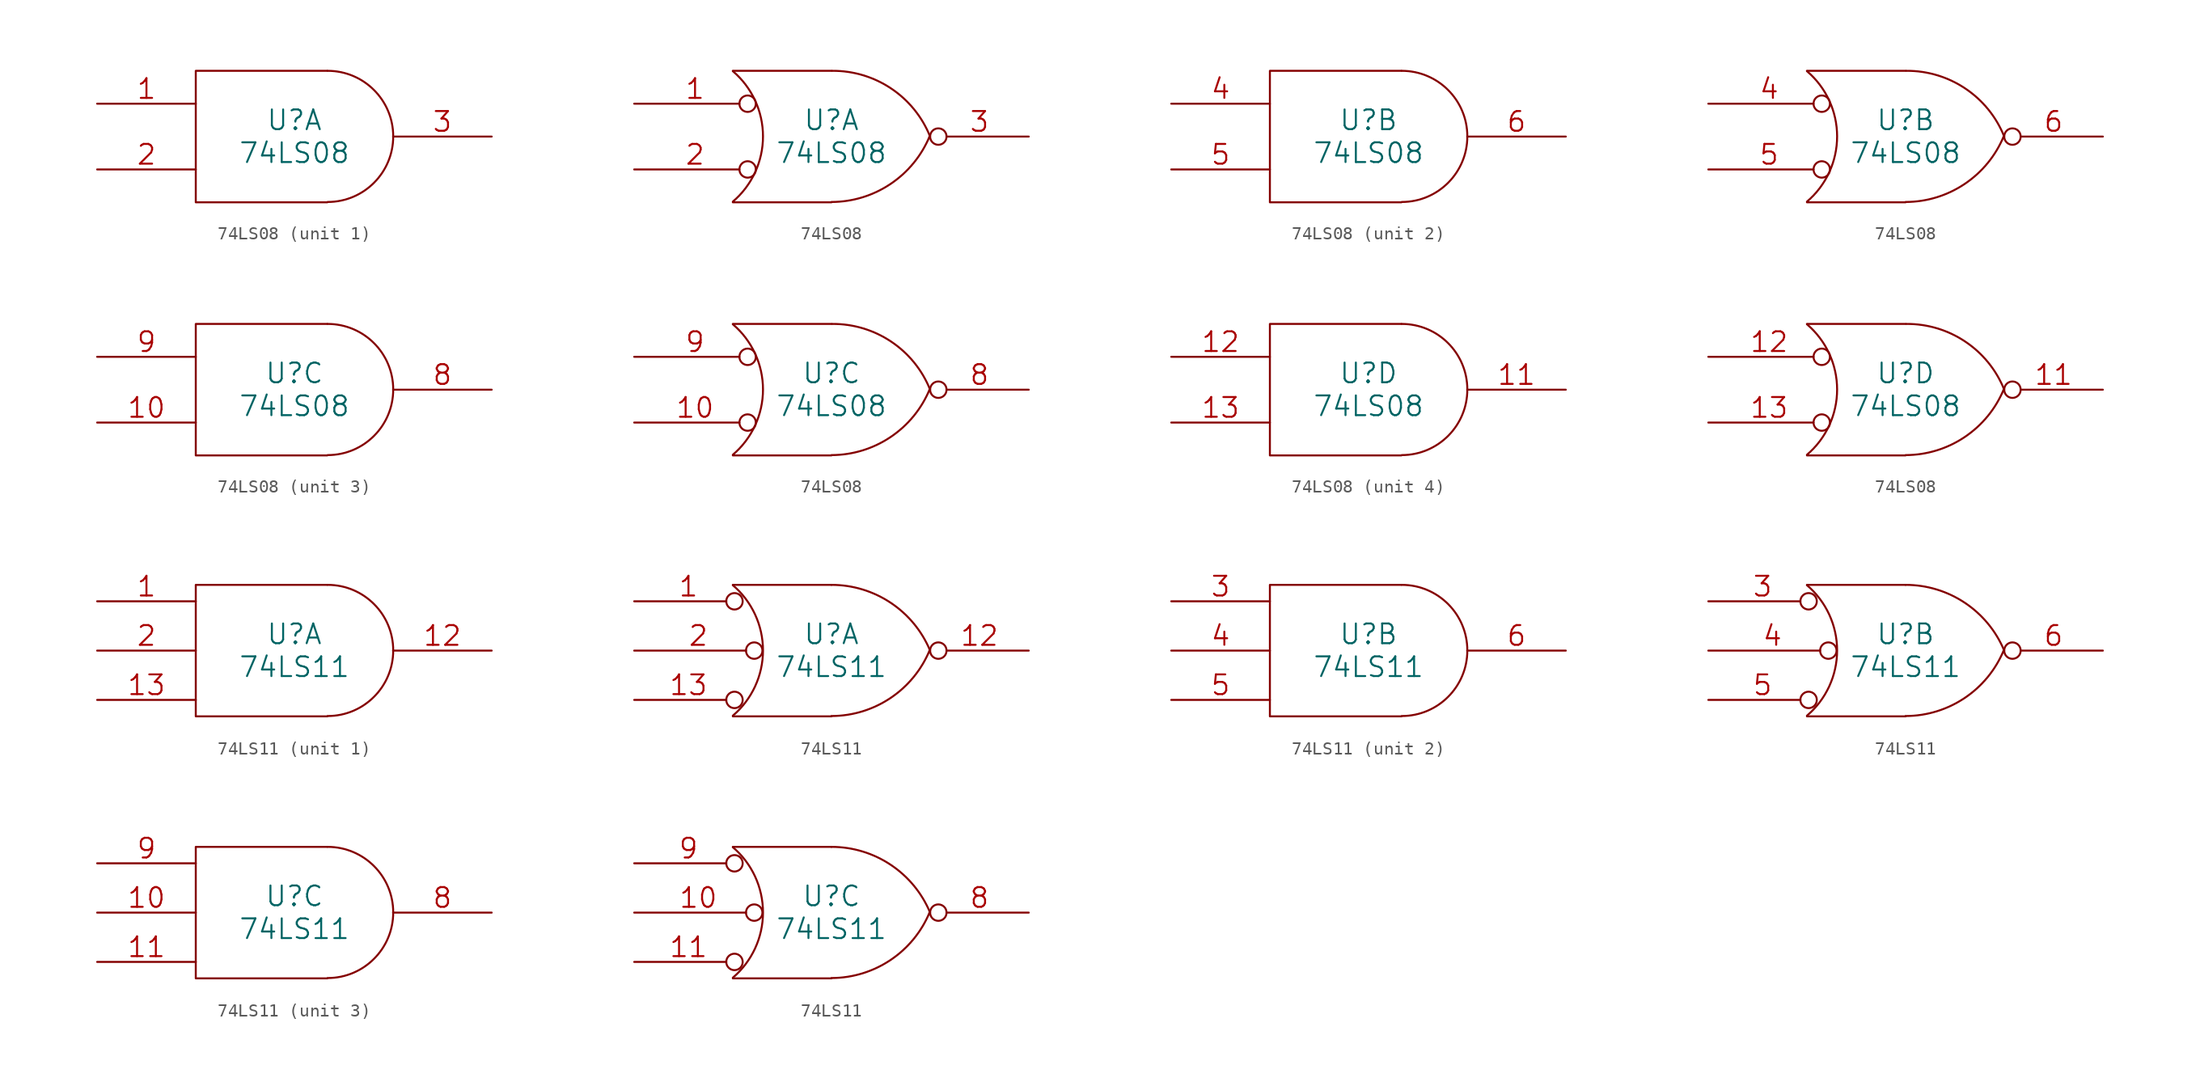
<source format=kicad_sym>
(kicad_symbol_lib
  (version 20241209)
  (generator "kicad_symbol_editor")
  (generator_version "9.0")
  (symbol "74LS08"
    (pin_names
      (offset 0.762))
    (property "Reference" "U"
      (at 0 1.27 0)
      (effects (font (size 1.524 1.524))))
    (property "Value" "74LS08"
      (at 0 -1.27 0)
      (effects (font (size 1.524 1.524))))
    (property "Footprint" ""
      (at 0 0 0)
      (effects (font (size 1.524 1.524))))
    (property "Datasheet" ""
      (at 0 0 0)
      (effects (font (size 1.524 1.524))))
    (symbol "74LS08_0_0"
      (pin power_in line (at -5.08 5.08 90) (length 0) (hide yes) (name "VCC" (effects (font (size 1.016 1.016)))) (number "14" (effects (font (size 1.016 1.016)))))
      (pin power_in line (at -5.08 -5.08 90) (length 0) (hide yes) (name "GND" (effects (font (size 1.016 1.016)))) (number "7" (effects (font (size 1.016 1.016))))))
    (symbol "74LS08_0_1"
      (polyline (pts (xy 2.54 5.08) (xy -7.62 5.08) (xy -7.62 -5.08) (xy 2.54 -5.08)) (stroke (width 0) (type solid)) (fill (type none)))
      (arc (start 2.5654 5.08) (mid 7.6201 0.0001) (end 2.5654 -5.0546) (stroke (width 0) (type solid)) (fill (type none))))
    (symbol "74LS08_0_2"
      (arc (start -7.62 5.0546) (mid -5.2901 0.0083) (end -7.62 -5.0292) (stroke (width 0) (type solid)) (fill (type none)))
      (polyline (pts (xy -7.62 5.08) (xy 0 5.08)) (stroke (width 0) (type solid)) (fill (type none)))
      (polyline (pts (xy -7.62 -5.08) (xy 0 -5.08)) (stroke (width 0) (type solid)) (fill (type none)))
      (arc (start 7.5946 0.0508) (mid 4.5708 -3.6562) (end 0 -5.0546) (stroke (width 0) (type solid)) (fill (type none)))
      (arc (start 0.0508 5.08) (mid 4.6217 3.7074) (end 7.62 0) (stroke (width 0) (type solid)) (fill (type none))))
    (symbol "74LS08_1_1"
      (pin input line (at -15.24 2.54 0) (length 7.62) (name "~" (effects (font (size 1.524 1.524)))) (number "1" (effects (font (size 1.524 1.524)))))
      (pin input line (at -15.24 -2.54 0) (length 7.62) (name "~" (effects (font (size 1.524 1.524)))) (number "2" (effects (font (size 1.524 1.524)))))
      (pin output line (at 15.24 0 180) (length 7.62) (name "~" (effects (font (size 1.524 1.524)))) (number "3" (effects (font (size 1.524 1.524))))))
    (symbol "74LS08_1_2"
      (pin input inverted (at -15.24 2.54 0) (length 9.398) (name "~" (effects (font (size 1.524 1.524)))) (number "1" (effects (font (size 1.524 1.524)))))
      (pin input inverted (at -15.24 -2.54 0) (length 9.398) (name "~" (effects (font (size 1.524 1.524)))) (number "2" (effects (font (size 1.524 1.524)))))
      (pin output inverted (at 15.24 0 180) (length 7.62) (name "~" (effects (font (size 1.524 1.524)))) (number "3" (effects (font (size 1.524 1.524))))))
    (symbol "74LS08_2_1"
      (pin input line (at -15.24 2.54 0) (length 7.62) (name "~" (effects (font (size 1.524 1.524)))) (number "4" (effects (font (size 1.524 1.524)))))
      (pin input line (at -15.24 -2.54 0) (length 7.62) (name "~" (effects (font (size 1.524 1.524)))) (number "5" (effects (font (size 1.524 1.524)))))
      (pin output line (at 15.24 0 180) (length 7.62) (name "~" (effects (font (size 1.524 1.524)))) (number "6" (effects (font (size 1.524 1.524))))))
    (symbol "74LS08_2_2"
      (pin input inverted (at -15.24 2.54 0) (length 9.398) (name "~" (effects (font (size 1.524 1.524)))) (number "4" (effects (font (size 1.524 1.524)))))
      (pin input inverted (at -15.24 -2.54 0) (length 9.398) (name "~" (effects (font (size 1.524 1.524)))) (number "5" (effects (font (size 1.524 1.524)))))
      (pin output inverted (at 15.24 0 180) (length 7.62) (name "~" (effects (font (size 1.524 1.524)))) (number "6" (effects (font (size 1.524 1.524))))))
    (symbol "74LS08_3_1"
      (pin input line (at -15.24 2.54 0) (length 7.62) (name "~" (effects (font (size 1.524 1.524)))) (number "9" (effects (font (size 1.524 1.524)))))
      (pin input line (at -15.24 -2.54 0) (length 7.62) (name "~" (effects (font (size 1.524 1.524)))) (number "10" (effects (font (size 1.524 1.524)))))
      (pin output line (at 15.24 0 180) (length 7.62) (name "~" (effects (font (size 1.524 1.524)))) (number "8" (effects (font (size 1.524 1.524))))))
    (symbol "74LS08_3_2"
      (pin input inverted (at -15.24 2.54 0) (length 9.398) (name "~" (effects (font (size 1.524 1.524)))) (number "9" (effects (font (size 1.524 1.524)))))
      (pin input inverted (at -15.24 -2.54 0) (length 9.398) (name "~" (effects (font (size 1.524 1.524)))) (number "10" (effects (font (size 1.524 1.524)))))
      (pin output inverted (at 15.24 0 180) (length 7.62) (name "~" (effects (font (size 1.524 1.524)))) (number "8" (effects (font (size 1.524 1.524))))))
    (symbol "74LS08_4_1"
      (pin input line (at -15.24 2.54 0) (length 7.62) (name "~" (effects (font (size 1.524 1.524)))) (number "12" (effects (font (size 1.524 1.524)))))
      (pin input line (at -15.24 -2.54 0) (length 7.62) (name "~" (effects (font (size 1.524 1.524)))) (number "13" (effects (font (size 1.524 1.524)))))
      (pin output line (at 15.24 0 180) (length 7.62) (name "~" (effects (font (size 1.524 1.524)))) (number "11" (effects (font (size 1.524 1.524))))))
    (symbol "74LS08_4_2"
      (pin input inverted (at -15.24 2.54 0) (length 9.398) (name "~" (effects (font (size 1.524 1.524)))) (number "12" (effects (font (size 1.524 1.524)))))
      (pin input inverted (at -15.24 -2.54 0) (length 9.398) (name "~" (effects (font (size 1.524 1.524)))) (number "13" (effects (font (size 1.524 1.524)))))
      (pin output inverted (at 15.24 0 180) (length 7.62) (name "~" (effects (font (size 1.524 1.524)))) (number "11" (effects (font (size 1.524 1.524)))))))
  (symbol "74LS11"
    (pin_names
      (offset 0.762))
    (property "Reference" "U"
      (at 0 1.27 0)
      (effects (font (size 1.524 1.524))))
    (property "Value" "74LS11"
      (at 0 -1.27 0)
      (effects (font (size 1.524 1.524))))
    (property "Footprint" ""
      (at 0 0 0)
      (effects (font (size 1.524 1.524))))
    (property "Datasheet" ""
      (at 0 0 0)
      (effects (font (size 1.524 1.524))))
    (symbol "74LS11_0_0"
      (pin power_in line (at -5.08 5.08 90) (length 0) (hide yes) (name "VCC" (effects (font (size 1.016 1.016)))) (number "14" (effects (font (size 1.016 1.016)))))
      (pin power_in line (at -5.08 -5.08 90) (length 0) (hide yes) (name "GND" (effects (font (size 1.016 1.016)))) (number "7" (effects (font (size 1.016 1.016))))))
    (symbol "74LS11_0_1"
      (polyline (pts (xy 2.54 5.08) (xy -7.62 5.08) (xy -7.62 -5.08) (xy 2.54 -5.08)) (stroke (width 0) (type solid)) (fill (type none)))
      (arc (start 2.5654 5.08) (mid 7.6201 0.0001) (end 2.5654 -5.0546) (stroke (width 0) (type solid)) (fill (type none))))
    (symbol "74LS11_0_2"
      (arc (start -7.62 5.0546) (mid -5.2901 0.0083) (end -7.62 -5.0292) (stroke (width 0.1524) (type solid)) (fill (type none)))
      (polyline (pts (xy -7.62 5.08) (xy 0 5.08)) (stroke (width 0.152) (type solid)) (fill (type none)))
      (polyline (pts (xy -7.62 -5.08) (xy 0 -5.08)) (stroke (width 0.152) (type solid)) (fill (type none)))
      (arc (start 7.5946 0.0508) (mid 4.5708 -3.6562) (end 0 -5.0546) (stroke (width 0.1524) (type solid)) (fill (type none)))
      (arc (start 0 5.08) (mid 4.5791 3.6936) (end 7.62 0) (stroke (width 0.1524) (type solid)) (fill (type none))))
    (symbol "74LS11_1_1"
      (pin input line (at -15.24 3.81 0) (length 7.62) (name "~" (effects (font (size 1.524 1.524)))) (number "1" (effects (font (size 1.524 1.524)))))
      (pin input line (at -15.24 0 0) (length 7.62) (name "~" (effects (font (size 1.524 1.524)))) (number "2" (effects (font (size 1.524 1.524)))))
      (pin input line (at -15.24 -3.81 0) (length 7.62) (name "~" (effects (font (size 1.524 1.524)))) (number "13" (effects (font (size 1.524 1.524)))))
      (pin output line (at 15.24 0 180) (length 7.62) (name "~" (effects (font (size 1.524 1.524)))) (number "12" (effects (font (size 1.524 1.524))))))
    (symbol "74LS11_1_2"
      (pin input inverted (at -15.24 3.81 0) (length 8.382) (name "~" (effects (font (size 1.524 1.524)))) (number "1" (effects (font (size 1.524 1.524)))))
      (pin input inverted (at -15.24 0 0) (length 9.906) (name "~" (effects (font (size 1.524 1.524)))) (number "2" (effects (font (size 1.524 1.524)))))
      (pin input inverted (at -15.24 -3.81 0) (length 8.382) (name "~" (effects (font (size 1.524 1.524)))) (number "13" (effects (font (size 1.524 1.524)))))
      (pin output inverted (at 15.24 0 180) (length 7.62) (name "~" (effects (font (size 1.524 1.524)))) (number "12" (effects (font (size 1.524 1.524))))))
    (symbol "74LS11_2_1"
      (pin input line (at -15.24 3.81 0) (length 7.62) (name "~" (effects (font (size 1.524 1.524)))) (number "3" (effects (font (size 1.524 1.524)))))
      (pin input line (at -15.24 0 0) (length 7.62) (name "~" (effects (font (size 1.524 1.524)))) (number "4" (effects (font (size 1.524 1.524)))))
      (pin input line (at -15.24 -3.81 0) (length 7.62) (name "~" (effects (font (size 1.524 1.524)))) (number "5" (effects (font (size 1.524 1.524)))))
      (pin output line (at 15.24 0 180) (length 7.62) (name "~" (effects (font (size 1.524 1.524)))) (number "6" (effects (font (size 1.524 1.524))))))
    (symbol "74LS11_2_2"
      (pin input inverted (at -15.24 3.81 0) (length 8.382) (name "~" (effects (font (size 1.524 1.524)))) (number "3" (effects (font (size 1.524 1.524)))))
      (pin input inverted (at -15.24 0 0) (length 9.906) (name "~" (effects (font (size 1.524 1.524)))) (number "4" (effects (font (size 1.524 1.524)))))
      (pin input inverted (at -15.24 -3.81 0) (length 8.382) (name "~" (effects (font (size 1.524 1.524)))) (number "5" (effects (font (size 1.524 1.524)))))
      (pin output inverted (at 15.24 0 180) (length 7.62) (name "~" (effects (font (size 1.524 1.524)))) (number "6" (effects (font (size 1.524 1.524))))))
    (symbol "74LS11_3_1"
      (pin input line (at -15.24 3.81 0) (length 7.62) (name "~" (effects (font (size 1.524 1.524)))) (number "9" (effects (font (size 1.524 1.524)))))
      (pin input line (at -15.24 0 0) (length 7.62) (name "~" (effects (font (size 1.524 1.524)))) (number "10" (effects (font (size 1.524 1.524)))))
      (pin input line (at -15.24 -3.81 0) (length 7.62) (name "~" (effects (font (size 1.524 1.524)))) (number "11" (effects (font (size 1.524 1.524)))))
      (pin output line (at 15.24 0 180) (length 7.62) (name "~" (effects (font (size 1.524 1.524)))) (number "8" (effects (font (size 1.524 1.524))))))
    (symbol "74LS11_3_2"
      (pin input inverted (at -15.24 3.81 0) (length 8.382) (name "~" (effects (font (size 1.524 1.524)))) (number "9" (effects (font (size 1.524 1.524)))))
      (pin input inverted (at -15.24 0 0) (length 9.906) (name "~" (effects (font (size 1.524 1.524)))) (number "10" (effects (font (size 1.524 1.524)))))
      (pin input inverted (at -15.24 -3.81 0) (length 8.382) (name "~" (effects (font (size 1.524 1.524)))) (number "11" (effects (font (size 1.524 1.524)))))
      (pin output inverted (at 15.24 0 180) (length 7.62) (name "~" (effects (font (size 1.524 1.524)))) (number "8" (effects (font (size 1.524 1.524))))))))
</source>
